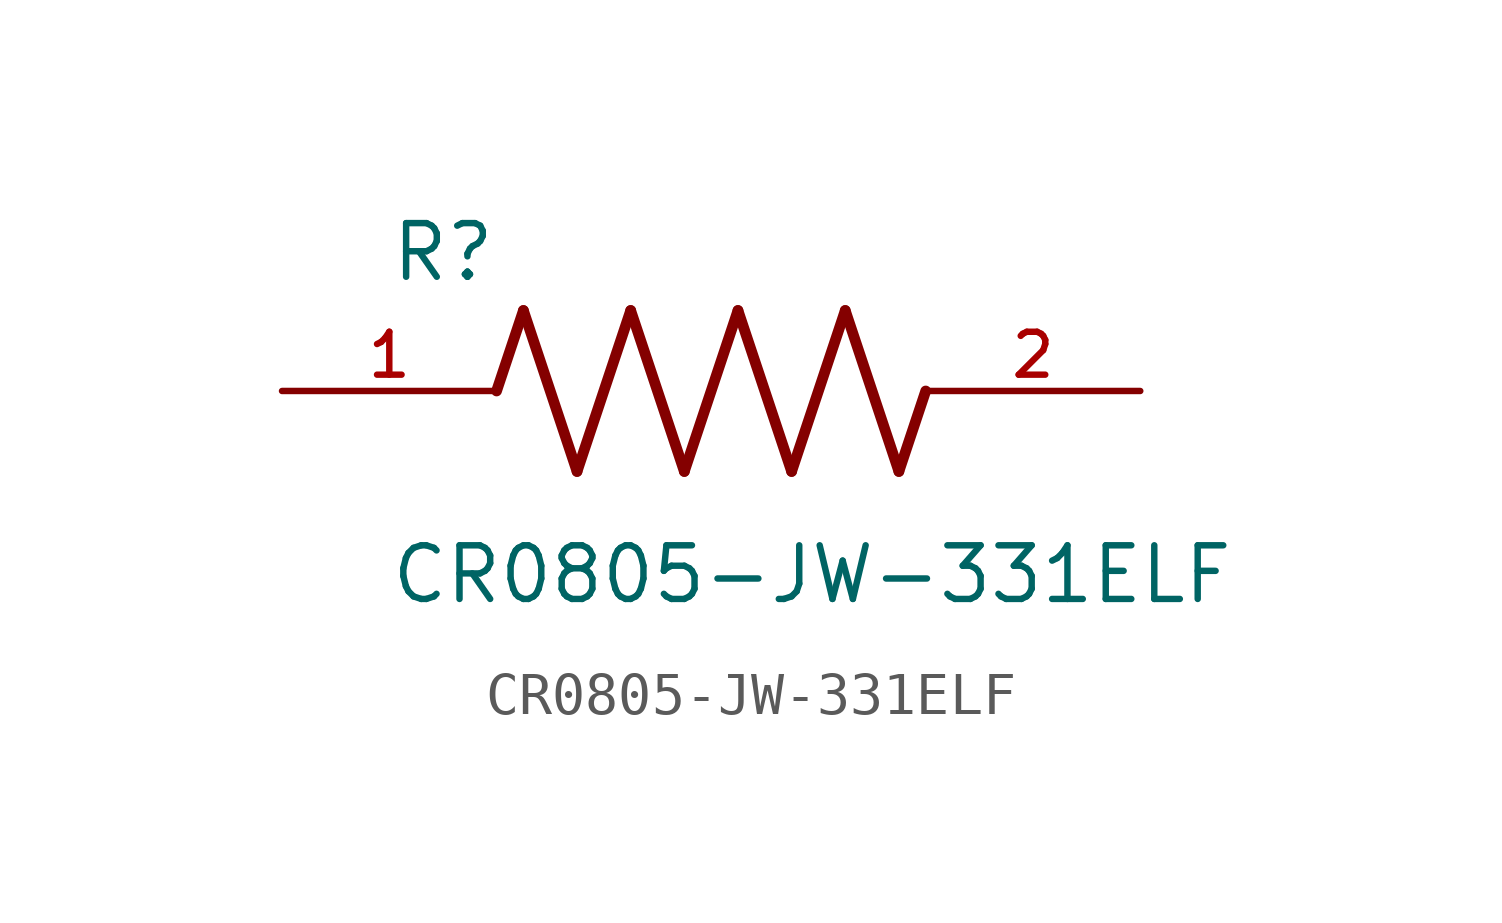
<source format=kicad_sym>
(kicad_symbol_lib
  (version 20211014)
  (generator kicad_symbol_editor)
  (symbol "CR0805-JW-331ELF"
    (pin_names
      (offset 1.016))
    (property "Reference" "R"
      (at -7.624 2.541 0)
      (effects (font (size 1.27 1.27)) (justify bottom left)))
    (property "Value" "CR0805-JW-331ELF"
      (at -7.63 -5.087 0)
      (effects (font (size 1.27 1.27)) (justify bottom left)))
    (symbol "CR0805-JW-331ELF_0_0"
      (polyline (pts (xy -5.08 0.0) (xy -4.445 1.905)) (stroke (width 0.254)))
      (polyline (pts (xy -4.445 1.905) (xy -3.175 -1.905)) (stroke (width 0.254)))
      (polyline (pts (xy -3.175 -1.905) (xy -1.905 1.905)) (stroke (width 0.254)))
      (polyline (pts (xy -1.905 1.905) (xy -0.635 -1.905)) (stroke (width 0.254)))
      (polyline (pts (xy -0.635 -1.905) (xy 0.635 1.905)) (stroke (width 0.254)))
      (polyline (pts (xy 0.635 1.905) (xy 1.905 -1.905)) (stroke (width 0.254)))
      (polyline (pts (xy 1.905 -1.905) (xy 3.175 1.905)) (stroke (width 0.254)))
      (polyline (pts (xy 3.175 1.905) (xy 4.445 -1.905)) (stroke (width 0.254)))
      (polyline (pts (xy 4.445 -1.905) (xy 5.08 0.0)) (stroke (width 0.254)))
      (pin passive line (at -10.16 0.0 0) (length 5.08) (name "~" (effects (font (size 1.016 1.016)))) (number "1" (effects (font (size 1.016 1.016)))))
      (pin passive line (at 10.16 0.0 180.0) (length 5.08) (name "~" (effects (font (size 1.016 1.016)))) (number "2" (effects (font (size 1.016 1.016))))))))
</source>
